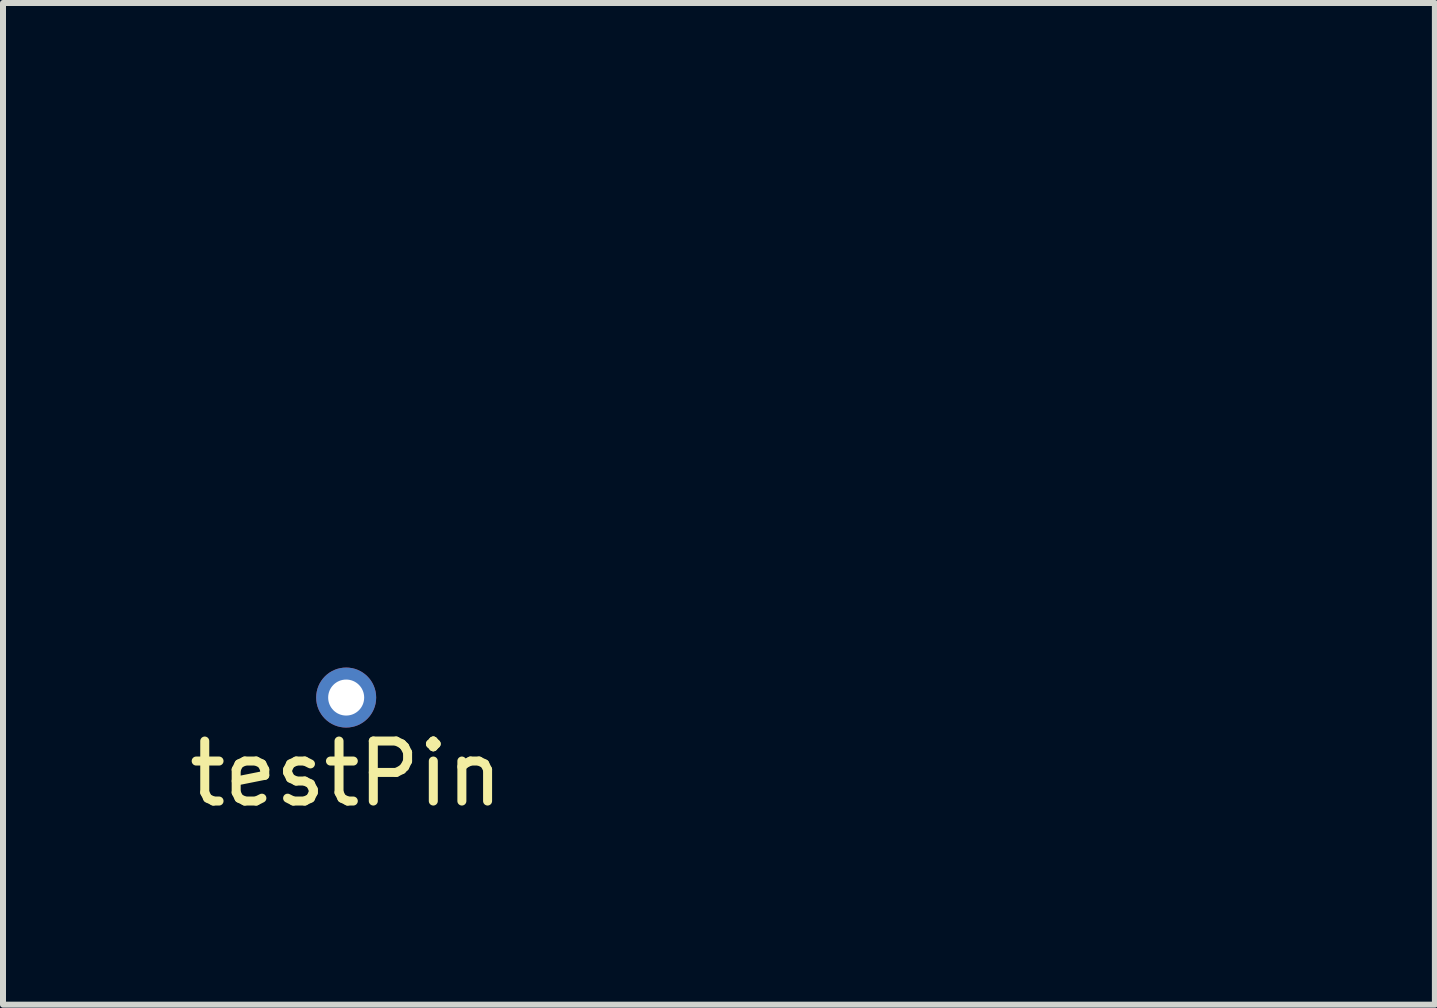
<source format=kicad_pcb>
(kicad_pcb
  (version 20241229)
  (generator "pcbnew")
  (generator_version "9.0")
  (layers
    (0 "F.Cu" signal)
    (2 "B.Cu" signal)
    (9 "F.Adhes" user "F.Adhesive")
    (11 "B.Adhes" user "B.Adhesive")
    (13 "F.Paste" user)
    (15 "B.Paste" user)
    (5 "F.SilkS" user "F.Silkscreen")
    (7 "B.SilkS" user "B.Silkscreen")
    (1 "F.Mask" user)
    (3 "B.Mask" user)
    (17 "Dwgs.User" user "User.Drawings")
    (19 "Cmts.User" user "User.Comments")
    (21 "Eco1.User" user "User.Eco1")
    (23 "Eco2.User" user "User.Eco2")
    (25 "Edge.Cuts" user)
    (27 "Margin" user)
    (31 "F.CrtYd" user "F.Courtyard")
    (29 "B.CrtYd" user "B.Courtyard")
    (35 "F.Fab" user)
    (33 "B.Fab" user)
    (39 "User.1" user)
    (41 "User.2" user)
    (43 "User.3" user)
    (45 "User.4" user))
  (footprint "testPin"
    (layer "F.Cu")
    (at 2.72 8.577)
    (property "Reference" "testPin" (at 0 1.27 0) (layer "F.SilkS") (effects (font (size 1 1) (thickness 0.15))))
    (attr through_hole)
    (pad "1" thru_hole circle (at 0 0) (size 1 1) (drill 0.6) (layers "*.Cu" "*.Mask")))
  (footprint "hien_text_mask"
    (layer "F.Cu")
    (at 8.934 3.256)
    (property "Reference" "hien_text_mask" (at 0 0 0) (layer "F.Mask") (effects (font (size 1.524 1.524) (thickness 0.3))))
    (attr through_hole)
    (fp_poly (pts (xy 4.747 0.816) (xy 4.985 0.831) (xy 5.164 0.862) (xy 5.304 0.915) (xy 5.426 0.995) (xy 5.55 1.106) (xy 5.689 1.267) (xy 5.737 1.395) (xy 5.695 1.497) (xy 5.675 1.515) (xy 5.587 1.547) (xy 5.424 1.574) (xy 5.21 1.595) (xy 4.973 1.608) (xy 4.738 1.613) (xy 4.531 1.608) (xy 4.378 1.592) (xy 4.318 1.575) (xy 4.261 1.539) (xy 4.254 1.509) (xy 4.311 1.472) (xy 4.445 1.418) (xy 4.537 1.384) (xy 4.704 1.317) (xy 4.825 1.259) (xy 4.876 1.222) (xy 4.877 1.22) (xy 4.83 1.159) (xy 4.703 1.111) (xy 4.517 1.081) (xy 4.295 1.073) (xy 4.203 1.077) (xy 3.967 1.105) (xy 3.734 1.162) (xy 3.466 1.259) (xy 3.353 1.305) (xy 3.078 1.421) (xy 2.876 1.498) (xy 2.726 1.539) (xy 2.607 1.542) (xy 2.498 1.511) (xy 2.378 1.444) (xy 2.239 1.352) (xy 2.006 1.198) (xy 1.84 1.098) (xy 1.72 1.047) (xy 1.63 1.042) (xy 1.551 1.077) (xy 1.466 1.15) (xy 1.443 1.172) (xy 1.315 1.308) (xy 1.207 1.443) (xy 1.179 1.486) (xy 1.09 1.597) (xy 1.002 1.613) (xy 0.9 1.531) (xy 0.867 1.492) (xy 0.769 1.306) (xy 0.761 1.134) (xy 0.833 0.99) (xy 0.972 0.891) (xy 1.169 0.85) (xy 1.323 0.863) (xy 1.468 0.889) (xy 1.681 0.925) (xy 1.931 0.966) (xy 2.119 0.996) (xy 2.689 1.086) (xy 3.237 0.949) (xy 3.515 0.884) (xy 3.758 0.843) (xy 4.005 0.821) (xy 4.297 0.813) (xy 4.429 0.812) (xy 4.747 0.816)) (stroke (width 0.01) (type solid)) (fill yes) (layer "F.Mask"))
    (fp_poly (pts (xy 3.682 -3.204) (xy 3.844 -3.078) (xy 3.96 -2.894) (xy 3.97 -2.869) (xy 4.026 -2.75) (xy 4.102 -2.701) (xy 4.214 -2.691) (xy 4.376 -2.669) (xy 4.559 -2.613) (xy 4.61 -2.592) (xy 4.75 -2.516) (xy 4.814 -2.441) (xy 4.826 -2.365) (xy 4.822 -2.303) (xy 4.798 -2.264) (xy 4.734 -2.244) (xy 4.61 -2.237) (xy 4.406 -2.235) (xy 4.384 -2.235) (xy 4.169 -2.233) (xy 4.027 -2.223) (xy 3.931 -2.196) (xy 3.854 -2.146) (xy 3.777 -2.075) (xy 3.612 -1.916) (xy 3.766 -1.771) (xy 3.858 -1.667) (xy 3.9 -1.582) (xy 3.899 -1.563) (xy 3.837 -1.522) (xy 3.685 -1.479) (xy 3.455 -1.436) (xy 3.158 -1.396) (xy 2.806 -1.361) (xy 2.692 -1.351) (xy 2.46 -1.338) (xy 2.305 -1.342) (xy 2.205 -1.365) (xy 2.158 -1.391) (xy 2.092 -1.449) (xy 2.096 -1.489) (xy 2.181 -1.526) (xy 2.271 -1.553) (xy 2.434 -1.6) (xy 2.297 -1.811) (xy 2.232 -1.892) (xy 2.734 -1.892) (xy 2.739 -1.768) (xy 2.801 -1.726) (xy 2.914 -1.767) (xy 3.072 -1.885) (xy 3.178 -1.987) (xy 3.242 -2.066) (xy 3.251 -2.088) (xy 3.207 -2.116) (xy 3.102 -2.13) (xy 2.972 -2.129) (xy 2.859 -2.113) (xy 2.814 -2.095) (xy 2.768 -2.022) (xy 2.734 -1.898) (xy 2.734 -1.892) (xy 2.232 -1.892) (xy 2.175 -1.963) (xy 2.046 -2.041) (xy 1.985 -2.057) (xy 1.811 -2.1) (xy 1.632 -2.159) (xy 1.47 -2.223) (xy 1.35 -2.284) (xy 1.297 -2.331) (xy 1.298 -2.341) (xy 1.362 -2.37) (xy 1.489 -2.386) (xy 1.546 -2.388) (xy 1.728 -2.395) (xy 1.897 -2.414) (xy 1.924 -2.419) (xy 2.01 -2.441) (xy 2.057 -2.478) (xy 2.078 -2.557) (xy 2.083 -2.704) (xy 2.083 -2.775) (xy 2.089 -2.963) (xy 2.11 -3.066) (xy 2.15 -3.099) (xy 2.152 -3.099) (xy 2.272 -3.055) (xy 2.403 -2.94) (xy 2.521 -2.778) (xy 2.565 -2.694) (xy 2.632 -2.564) (xy 2.694 -2.509) (xy 2.778 -2.507) (xy 2.79 -2.509) (xy 2.922 -2.531) (xy 3.096 -2.556) (xy 3.159 -2.565) (xy 3.396 -2.596) (xy 3.368 -2.784) (xy 3.332 -2.923) (xy 3.279 -3.02) (xy 3.27 -3.028) (xy 3.204 -3.116) (xy 3.23 -3.188) (xy 3.34 -3.236) (xy 3.503 -3.251) (xy 3.682 -3.204)) (stroke (width 0.01) (type solid)) (fill yes) (layer "F.Mask"))
    (fp_poly (pts (xy -2.103 -3.12) (xy -2.008 -3.051) (xy -1.913 -2.957) (xy -1.802 -2.833) (xy -1.754 -2.75) (xy -1.759 -2.68) (xy -1.774 -2.65) (xy -1.829 -2.545) (xy -1.605 -2.645) (xy -1.385 -2.707) (xy -1.21 -2.682) (xy -1.084 -2.569) (xy -1.068 -2.542) (xy -1.042 -2.454) (xy -1.083 -2.37) (xy -1.13 -2.32) (xy -1.246 -2.215) (xy -1.348 -2.139) (xy -1.406 -2.084) (xy -1.397 -2.053) (xy -1.155 -1.933) (xy -0.995 -1.837) (xy -0.906 -1.757) (xy -0.873 -1.685) (xy -0.885 -1.596) (xy -0.949 -1.574) (xy -1.051 -1.563) (xy -1.109 -1.522) (xy -1.128 -1.434) (xy -1.11 -1.281) (xy -1.066 -1.066) (xy -1.02 -0.856) (xy -0.998 -0.724) (xy -0.999 -0.645) (xy -1.023 -0.598) (xy -1.053 -0.572) (xy -1.108 -0.532) (xy -1.156 -0.518) (xy -1.229 -0.531) (xy -1.356 -0.573) (xy -1.422 -0.596) (xy -1.597 -0.685) (xy -1.8 -0.842) (xy -2.019 -1.049) (xy -2.196 -1.219) (xy -2.347 -1.345) (xy -2.451 -1.411) (xy -1.743 -1.411) (xy -1.695 -1.32) (xy -1.642 -1.261) (xy -1.527 -1.153) (xy -1.459 -1.129) (xy -1.428 -1.191) (xy -1.422 -1.295) (xy -1.431 -1.415) (xy -1.474 -1.464) (xy -1.566 -1.473) (xy -1.701 -1.459) (xy -1.743 -1.411) (xy -2.451 -1.411) (xy -2.456 -1.414) (xy -2.489 -1.422) (xy -2.561 -1.445) (xy -2.596 -1.489) (xy -2.573 -1.522) (xy -2.553 -1.525) (xy -2.458 -1.553) (xy -2.417 -1.641) (xy -2.425 -1.802) (xy -2.437 -1.87) (xy -2.442 -1.973) (xy -1.978 -1.973) (xy -1.975 -1.831) (xy -1.955 -1.766) (xy -1.906 -1.757) (xy -1.879 -1.763) (xy -1.782 -1.805) (xy -1.749 -1.835) (xy -1.754 -1.905) (xy -1.8 -1.992) (xy -1.861 -2.129) (xy -1.883 -2.259) (xy -1.893 -2.349) (xy -1.913 -2.357) (xy -1.937 -2.298) (xy -1.959 -2.19) (xy -1.975 -2.051) (xy -1.978 -1.973) (xy -2.442 -1.973) (xy -2.457 -2.241) (xy -2.437 -2.396) (xy -2.426 -2.464) (xy -1.88 -2.464) (xy -1.854 -2.438) (xy -1.829 -2.464) (xy -1.854 -2.489) (xy -1.88 -2.464) (xy -2.426 -2.464) (xy -2.413 -2.547) (xy -2.404 -2.652) (xy -2.409 -2.68) (xy -2.463 -2.674) (xy -2.595 -2.644) (xy -2.787 -2.594) (xy -3.019 -2.529) (xy -3.059 -2.518) (xy -3.346 -2.438) (xy -3.556 -2.388) (xy -3.71 -2.365) (xy -3.828 -2.366) (xy -3.879 -2.374) (xy -4.002 -2.411) (xy -4.07 -2.454) (xy -4.074 -2.464) (xy -4.033 -2.522) (xy -3.911 -2.601) (xy -3.727 -2.692) (xy -3.498 -2.79) (xy -3.241 -2.888) (xy -2.975 -2.978) (xy -2.716 -3.054) (xy -2.484 -3.109) (xy -2.339 -3.132) (xy -2.2 -3.142) (xy -2.103 -3.12)) (stroke (width 0.01) (type solid)) (fill yes) (layer "F.Mask"))
    (fp_poly (pts (xy 4.115 -1.443) (xy 4.156 -1.431) (xy 4.317 -1.353) (xy 4.425 -1.221) (xy 4.492 -1.041) (xy 4.526 -0.978) (xy 4.599 -0.953) (xy 4.743 -0.957) (xy 4.744 -0.957) (xy 4.888 -0.961) (xy 4.963 -0.936) (xy 5.001 -0.872) (xy 5.004 -0.864) (xy 4.994 -0.736) (xy 4.897 -0.606) (xy 4.724 -0.487) (xy 4.59 -0.426) (xy 4.451 -0.363) (xy 4.386 -0.299) (xy 4.369 -0.207) (xy 4.369 -0.203) (xy 4.394 -0.069) (xy 4.483 0.017) (xy 4.654 0.073) (xy 4.659 0.074) (xy 4.826 0.132) (xy 4.962 0.22) (xy 5.051 0.32) (xy 5.076 0.415) (xy 5.029 0.483) (xy 4.953 0.504) (xy 4.8 0.528) (xy 4.592 0.553) (xy 4.353 0.577) (xy 4.105 0.599) (xy 3.87 0.616) (xy 3.671 0.626) (xy 3.531 0.627) (xy 3.475 0.62) (xy 3.481 0.585) (xy 3.582 0.528) (xy 3.773 0.451) (xy 3.805 0.44) (xy 4.205 0.298) (xy 4.084 0.177) (xy 3.996 0.051) (xy 3.964 -0.113) (xy 3.962 -0.167) (xy 3.952 -0.317) (xy 3.912 -0.4) (xy 3.845 -0.444) (xy 3.769 -0.467) (xy 3.709 -0.442) (xy 3.639 -0.351) (xy 3.596 -0.281) (xy 3.515 -0.118) (xy 3.501 -0.011) (xy 3.508 0.004) (xy 3.524 0.095) (xy 3.461 0.162) (xy 3.341 0.197) (xy 3.183 0.194) (xy 3.026 0.154) (xy 2.916 0.072) (xy 2.894 -0.051) (xy 2.96 -0.209) (xy 3.108 -0.391) (xy 3.217 -0.508) (xy 3.286 -0.595) (xy 3.299 -0.628) (xy 3.24 -0.633) (xy 3.118 -0.624) (xy 2.969 -0.607) (xy 2.831 -0.585) (xy 2.738 -0.563) (xy 2.722 -0.555) (xy 2.72 -0.497) (xy 2.742 -0.377) (xy 2.755 -0.327) (xy 2.784 -0.126) (xy 2.763 0.036) (xy 2.703 0.146) (xy 2.615 0.19) (xy 2.509 0.155) (xy 2.432 0.08) (xy 2.329 -0.052) (xy 2.041 0.207) (xy 1.827 0.389) (xy 1.655 0.51) (xy 1.497 0.586) (xy 1.338 0.632) (xy 1.212 0.642) (xy 1.13 0.592) (xy 1.097 0.55) (xy 1.022 0.397) (xy 1.038 0.286) (xy 1.144 0.221) (xy 1.303 0.203) (xy 1.487 0.17) (xy 1.596 0.075) (xy 1.626 -0.049) (xy 1.6 -0.171) (xy 1.562 -0.197) (xy 2.054 -0.197) (xy 2.085 -0.14) (xy 2.166 -0.144) (xy 2.189 -0.155) (xy 2.269 -0.254) (xy 2.286 -0.369) (xy 2.286 -0.531) (xy 2.157 -0.402) (xy 2.077 -0.292) (xy 2.054 -0.197) (xy 1.562 -0.197) (xy 1.511 -0.231) (xy 1.389 -0.288) (xy 1.281 -0.369) (xy 1.222 -0.446) (xy 1.219 -0.462) (xy 1.264 -0.493) (xy 1.372 -0.516) (xy 1.384 -0.517) (xy 1.486 -0.533) (xy 1.533 -0.575) (xy 1.544 -0.671) (xy 1.542 -0.762) (xy 1.529 -0.939) (xy 1.506 -1.097) (xy 1.498 -1.13) (xy 1.482 -1.227) (xy 1.52 -1.264) (xy 1.622 -1.27) (xy 1.803 -1.224) (xy 1.945 -1.103) (xy 2.024 -0.932) (xy 2.032 -0.853) (xy 2.064 -0.697) (xy 2.14 -0.617) (xy 2.21 -0.58) (xy 2.233 -0.6) (xy 2.22 -0.698) (xy 2.214 -0.732) (xy 2.207 -0.868) (xy 2.251 -0.917) (xy 2.343 -0.876) (xy 2.384 -0.842) (xy 2.438 -0.809) (xy 2.512 -0.804) (xy 2.631 -0.831) (xy 2.819 -0.892) (xy 3.138 -0.981) (xy 3.408 -1.016) (xy 3.622 -1) (xy 3.769 -0.934) (xy 3.842 -0.821) (xy 3.841 -0.703) (xy 3.836 -0.593) (xy 3.882 -0.559) (xy 3.882 -0.559) (xy 3.958 -0.604) (xy 4.002 -0.726) (xy 4.012 -0.906) (xy 3.986 -1.122) (xy 3.958 -1.237) (xy 3.931 -1.367) (xy 3.928 -1.451) (xy 3.933 -1.461) (xy 3.995 -1.466) (xy 4.115 -1.443)) (stroke (width 0.01) (type solid)) (fill yes) (layer "F.Mask"))
    (fp_poly (pts (xy -3.172 -2.119) (xy -3.137 -2.091) (xy -3.106 -2.01) (xy -3.08 -1.843) (xy -3.061 -1.608) (xy -3.056 -1.497) (xy -3.046 -1.279) (xy -3.034 -1.104) (xy -3.023 -0.993) (xy -3.015 -0.965) (xy -2.96 -0.986) (xy -2.849 -1.038) (xy -2.805 -1.06) (xy -2.569 -1.161) (xy -2.389 -1.197) (xy -2.248 -1.169) (xy -2.204 -1.144) (xy -2.104 -1.027) (xy -2.093 -0.878) (xy -2.174 -0.711) (xy -2.184 -0.697) (xy -2.262 -0.527) (xy -2.29 -0.294) (xy -2.273 -0.024) (xy -2.213 0.257) (xy -2.114 0.526) (xy -1.987 0.746) (xy -1.886 0.86) (xy -1.743 0.989) (xy -1.581 1.117) (xy -1.419 1.23) (xy -1.28 1.311) (xy -1.185 1.346) (xy -1.163 1.343) (xy -1.123 1.263) (xy -1.127 1.118) (xy -1.174 0.932) (xy -1.198 0.868) (xy -1.278 0.668) (xy -1.515 0.74) (xy -1.667 0.786) (xy -1.746 0.806) (xy -1.774 0.803) (xy -1.778 0.779) (xy -1.778 0.767) (xy -1.739 0.712) (xy -1.643 0.636) (xy -1.621 0.622) (xy -1.464 0.522) (xy -1.735 0.356) (xy -1.91 0.245) (xy -2.009 0.163) (xy -2.049 0.09) (xy -2.042 0.007) (xy -2.023 -0.055) (xy -2.003 -0.22) (xy -2.034 -0.308) (xy -2.059 -0.417) (xy -1.997 -0.48) (xy -1.852 -0.494) (xy -1.782 -0.486) (xy -1.629 -0.45) (xy -1.547 -0.38) (xy -1.517 -0.251) (xy -1.515 -0.138) (xy -1.52 0.086) (xy -1.206 0.173) (xy -1.031 0.227) (xy -0.892 0.28) (xy -0.827 0.314) (xy -0.766 0.419) (xy -0.792 0.537) (xy -0.872 0.62) (xy -0.983 0.693) (xy -0.786 1.011) (xy -0.67 1.219) (xy -0.608 1.387) (xy -0.587 1.552) (xy -0.587 1.566) (xy -0.584 1.803) (xy -0.838 1.816) (xy -1.139 1.789) (xy -1.373 1.712) (xy -1.767 1.51) (xy -2.103 1.262) (xy -2.368 0.978) (xy -2.547 0.673) (xy -2.569 0.616) (xy -2.609 0.46) (xy -2.647 0.237) (xy -2.676 -0.021) (xy -2.686 -0.166) (xy -2.718 -0.713) (xy -2.905 -0.585) (xy -3.093 -0.458) (xy -3.108 0.532) (xy -3.115 0.875) (xy -3.122 1.131) (xy -3.131 1.314) (xy -3.145 1.441) (xy -3.164 1.525) (xy -3.191 1.581) (xy -3.226 1.624) (xy -3.229 1.626) (xy -3.336 1.702) (xy -3.432 1.7) (xy -3.521 1.615) (xy -3.608 1.442) (xy -3.696 1.176) (xy -3.759 0.94) (xy -3.83 0.669) (xy -3.887 0.481) (xy -3.929 0.382) (xy -3.954 0.375) (xy -3.961 0.432) (xy -3.997 0.541) (xy -4.089 0.692) (xy -4.216 0.86) (xy -4.359 1.019) (xy -4.499 1.142) (xy -4.522 1.159) (xy -4.685 1.243) (xy -4.849 1.258) (xy -4.891 1.254) (xy -5.119 1.191) (xy -5.283 1.079) (xy -5.365 0.937) (xy -5.382 0.826) (xy -5.35 0.784) (xy -5.253 0.803) (xy -5.164 0.838) (xy -4.951 0.89) (xy -4.769 0.847) (xy -4.612 0.72) (xy -4.518 0.606) (xy -4.431 0.486) (xy -4.366 0.383) (xy -4.339 0.32) (xy -4.351 0.312) (xy -4.416 0.344) (xy -4.542 0.409) (xy -4.665 0.473) (xy -4.903 0.573) (xy -5.126 0.619) (xy -5.308 0.609) (xy -5.405 0.563) (xy -5.472 0.494) (xy -5.464 0.444) (xy -5.373 0.4) (xy -5.265 0.368) (xy -5.14 0.32) (xy -4.977 0.238) (xy -4.795 0.134) (xy -4.711 0.081) (xy -3.771 0.081) (xy -3.724 0.203) (xy -3.672 0.312) (xy -3.639 0.337) (xy -3.609 0.288) (xy -3.605 0.279) (xy -3.574 0.155) (xy -3.56 0.013) (xy -3.572 -0.114) (xy -3.618 -0.146) (xy -3.703 -0.084) (xy -3.722 -0.064) (xy -3.77 0.006) (xy -3.771 0.081) (xy -4.711 0.081) (xy -4.616 0.022) (xy -4.458 -0.087) (xy -4.343 -0.178) (xy -4.291 -0.239) (xy -4.291 -0.251) (xy -4.354 -0.289) (xy -4.47 -0.322) (xy -4.621 -0.398) (xy -4.684 -0.485) (xy -4.715 -0.618) (xy -4.667 -0.73) (xy -4.53 -0.837) (xy -4.472 -0.87) (xy -4.32 -0.967) (xy -4.253 -1.058) (xy -4.258 -1.166) (xy -4.269 -1.198) (xy -4.284 -1.296) (xy -4.235 -1.342) (xy -4.066 -1.367) (xy -3.935 -1.311) (xy -3.848 -1.189) (xy -3.814 -1.019) (xy -3.84 -0.816) (xy -3.906 -0.646) (xy -3.959 -0.518) (xy -3.946 -0.463) (xy -3.867 -0.481) (xy -3.717 -0.571) (xy -3.707 -0.578) (xy -3.637 -0.629) (xy -3.584 -0.685) (xy -3.541 -0.762) (xy -3.503 -0.879) (xy -3.46 -1.054) (xy -3.408 -1.306) (xy -3.389 -1.401) (xy -3.336 -1.656) (xy -3.289 -1.872) (xy -3.251 -2.033) (xy -3.227 -2.119) (xy -3.223 -2.128) (xy -3.172 -2.119)) (stroke (width 0.01) (type solid)) (fill yes) (layer "F.Mask")))
  (gr_rect
    (start -3 -3)
    (end 20.867 13.696)
    (stroke (width 0.1) (type default))
    (fill no)
    (layer "Edge.Cuts")))
</source>
